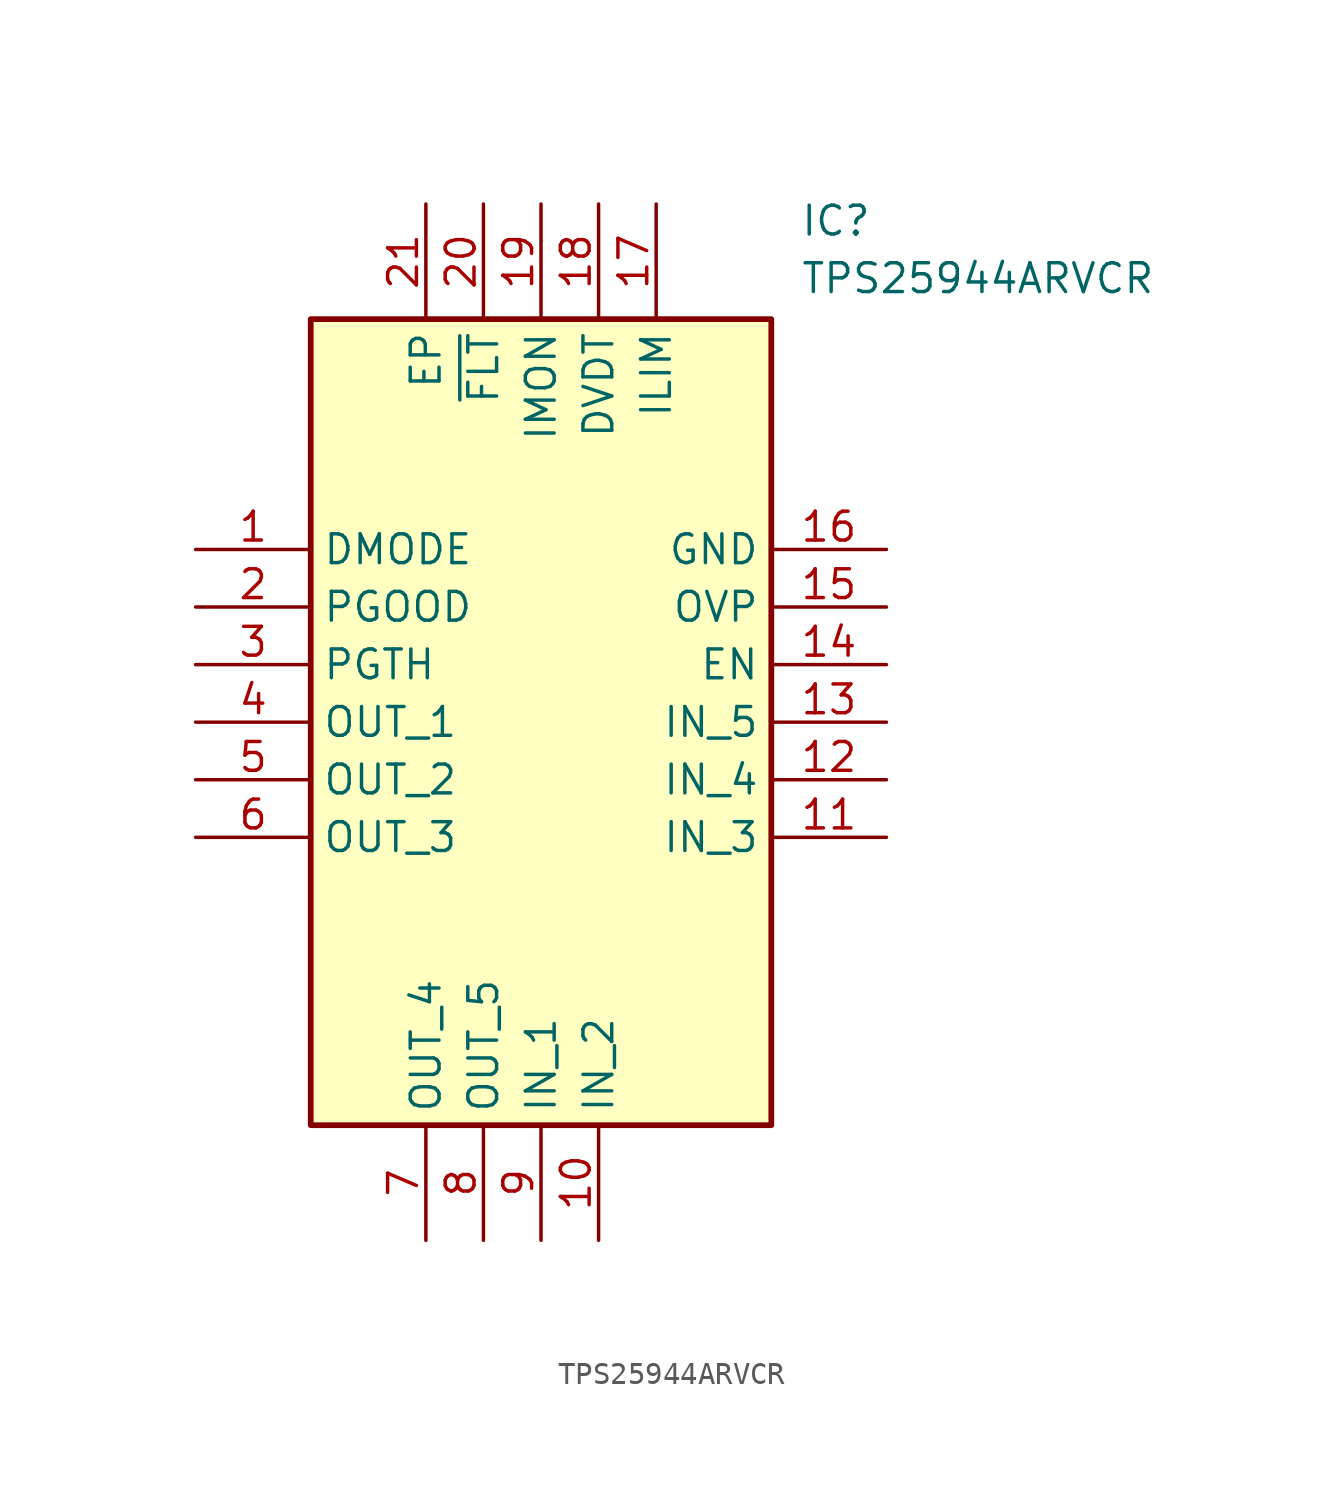
<source format=kicad_sym>
(kicad_symbol_lib
  (version 20211014)
  (generator SamacSys_ECAD_Model)
  (symbol "TPS25944ARVCR"
    (property "Reference" "IC"
      (at 26.67 15.24 0)
      (effects (font (size 1.27 1.27)) (justify left top)))
    (property "Value" "TPS25944ARVCR"
      (at 26.67 12.7 0)
      (effects (font (size 1.27 1.27)) (justify left top)))
    (rectangle
      (start 5.08 10.16)
      (end 25.4 -25.4)
      (stroke (width 0.254) (type default))
      (fill (type background)))
    (pin passive line
      (at 0 0 0)
      (length 5.08)
      (name "DMODE" (effects (font (size 1.27 1.27))))
      (number "1" (effects (font (size 1.27 1.27)))))
    (pin passive line
      (at 0 -2.54 0)
      (length 5.08)
      (name "PGOOD" (effects (font (size 1.27 1.27))))
      (number "2" (effects (font (size 1.27 1.27)))))
    (pin passive line
      (at 0 -5.08 0)
      (length 5.08)
      (name "PGTH" (effects (font (size 1.27 1.27))))
      (number "3" (effects (font (size 1.27 1.27)))))
    (pin passive line
      (at 0 -7.62 0)
      (length 5.08)
      (name "OUT_1" (effects (font (size 1.27 1.27))))
      (number "4" (effects (font (size 1.27 1.27)))))
    (pin passive line
      (at 0 -10.16 0)
      (length 5.08)
      (name "OUT_2" (effects (font (size 1.27 1.27))))
      (number "5" (effects (font (size 1.27 1.27)))))
    (pin passive line
      (at 0 -12.7 0)
      (length 5.08)
      (name "OUT_3" (effects (font (size 1.27 1.27))))
      (number "6" (effects (font (size 1.27 1.27)))))
    (pin passive line
      (at 10.16 -30.48 90)
      (length 5.08)
      (name "OUT_4" (effects (font (size 1.27 1.27))))
      (number "7" (effects (font (size 1.27 1.27)))))
    (pin passive line
      (at 12.7 -30.48 90)
      (length 5.08)
      (name "OUT_5" (effects (font (size 1.27 1.27))))
      (number "8" (effects (font (size 1.27 1.27)))))
    (pin passive line
      (at 15.24 -30.48 90)
      (length 5.08)
      (name "IN_1" (effects (font (size 1.27 1.27))))
      (number "9" (effects (font (size 1.27 1.27)))))
    (pin passive line
      (at 17.78 -30.48 90)
      (length 5.08)
      (name "IN_2" (effects (font (size 1.27 1.27))))
      (number "10" (effects (font (size 1.27 1.27)))))
    (pin passive line
      (at 30.48 0 180)
      (length 5.08)
      (name "GND" (effects (font (size 1.27 1.27))))
      (number "16" (effects (font (size 1.27 1.27)))))
    (pin passive line
      (at 30.48 -2.54 180)
      (length 5.08)
      (name "OVP" (effects (font (size 1.27 1.27))))
      (number "15" (effects (font (size 1.27 1.27)))))
    (pin passive line
      (at 30.48 -5.08 180)
      (length 5.08)
      (name "EN" (effects (font (size 1.27 1.27))))
      (number "14" (effects (font (size 1.27 1.27)))))
    (pin passive line
      (at 30.48 -7.62 180)
      (length 5.08)
      (name "IN_5" (effects (font (size 1.27 1.27))))
      (number "13" (effects (font (size 1.27 1.27)))))
    (pin passive line
      (at 30.48 -10.16 180)
      (length 5.08)
      (name "IN_4" (effects (font (size 1.27 1.27))))
      (number "12" (effects (font (size 1.27 1.27)))))
    (pin passive line
      (at 30.48 -12.7 180)
      (length 5.08)
      (name "IN_3" (effects (font (size 1.27 1.27))))
      (number "11" (effects (font (size 1.27 1.27)))))
    (pin passive line
      (at 10.16 15.24 270)
      (length 5.08)
      (name "EP" (effects (font (size 1.27 1.27))))
      (number "21" (effects (font (size 1.27 1.27)))))
    (pin passive line
      (at 12.7 15.24 270)
      (length 5.08)
      (name "~{FLT}" (effects (font (size 1.27 1.27))))
      (number "20" (effects (font (size 1.27 1.27)))))
    (pin passive line
      (at 15.24 15.24 270)
      (length 5.08)
      (name "IMON" (effects (font (size 1.27 1.27))))
      (number "19" (effects (font (size 1.27 1.27)))))
    (pin passive line
      (at 17.78 15.24 270)
      (length 5.08)
      (name "DVDT" (effects (font (size 1.27 1.27))))
      (number "18" (effects (font (size 1.27 1.27)))))
    (pin passive line
      (at 20.32 15.24 270)
      (length 5.08)
      (name "ILIM" (effects (font (size 1.27 1.27))))
      (number "17" (effects (font (size 1.27 1.27)))))))
</source>
